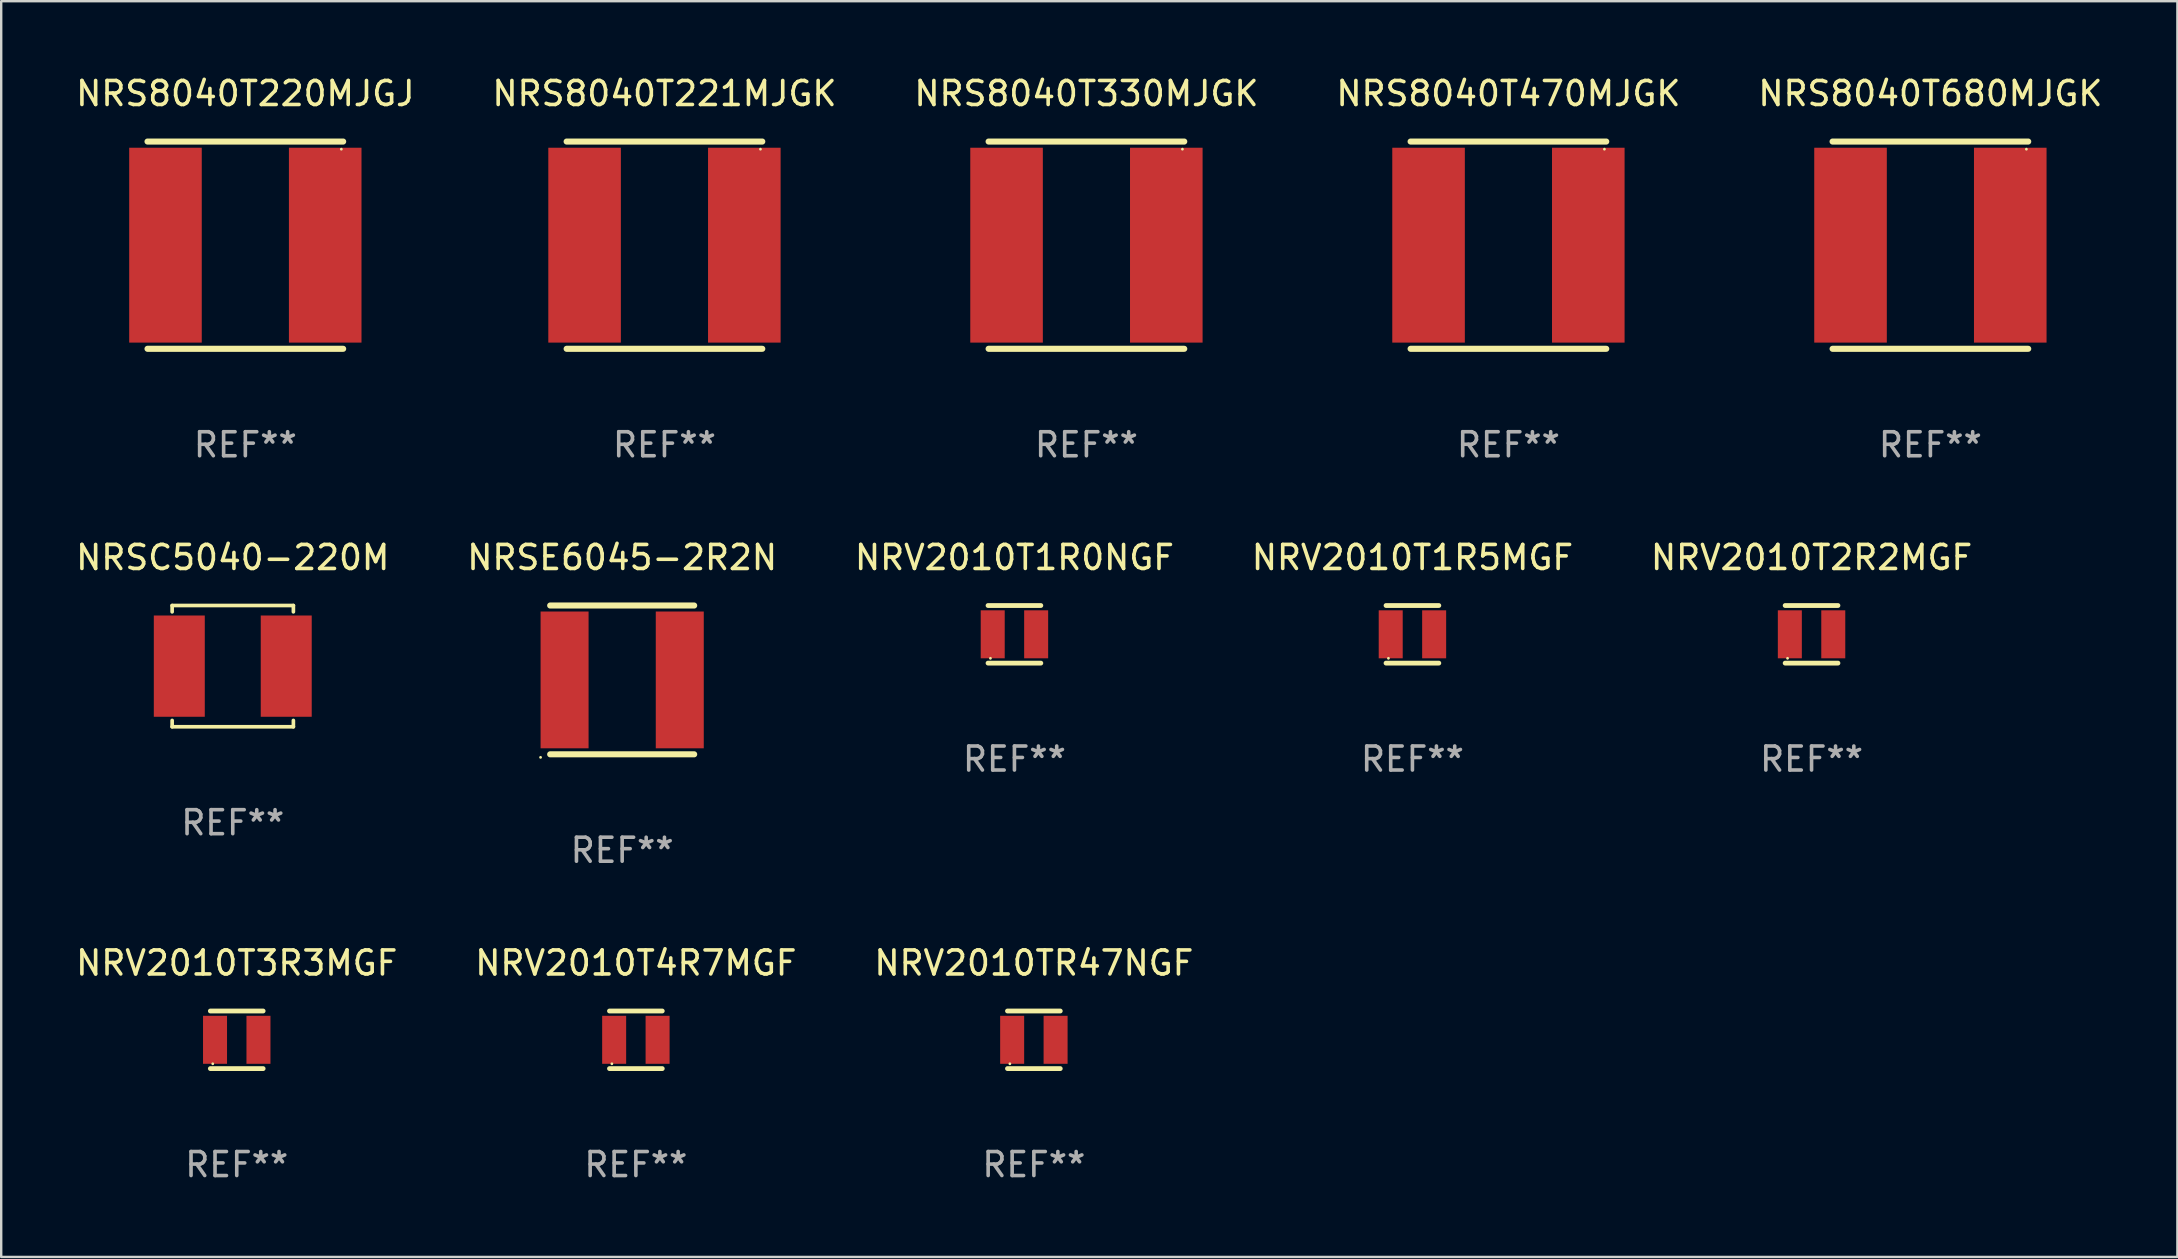
<source format=kicad_pcb>
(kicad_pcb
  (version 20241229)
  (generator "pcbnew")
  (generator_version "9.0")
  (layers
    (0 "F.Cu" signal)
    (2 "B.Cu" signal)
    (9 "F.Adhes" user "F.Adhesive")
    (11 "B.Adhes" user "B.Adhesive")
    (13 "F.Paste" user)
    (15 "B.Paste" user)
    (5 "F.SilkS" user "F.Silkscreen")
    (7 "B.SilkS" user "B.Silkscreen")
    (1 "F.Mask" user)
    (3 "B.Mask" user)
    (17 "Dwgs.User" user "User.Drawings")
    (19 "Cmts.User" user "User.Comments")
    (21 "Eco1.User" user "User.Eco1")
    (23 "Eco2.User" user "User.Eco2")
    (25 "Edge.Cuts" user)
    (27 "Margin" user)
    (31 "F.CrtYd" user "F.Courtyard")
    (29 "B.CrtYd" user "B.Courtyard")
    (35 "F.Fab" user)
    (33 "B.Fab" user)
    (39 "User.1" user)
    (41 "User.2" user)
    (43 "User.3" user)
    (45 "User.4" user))
  (footprint "NRS8040T221MJGK"
    (layer "F.Cu")
    (at 24.637 7.166)
    (property "Reference" "NRS8040T221MJGK" (at 0 -6.318 0) (layer "F.SilkS") (effects (font (size 1 1) (thickness 0.15))))
    (attr through_hole)
    (fp_line (start -4.076 -4.318) (end 4.076 -4.318) (stroke (width 0.254) (type solid)) (layer "F.SilkS"))
    (fp_line (start -4.076 4.318) (end 4.076 4.318) (stroke (width 0.254) (type solid)) (layer "F.SilkS"))
    (fp_circle (center 4 -4) (end 4.03 -4) (stroke (width 0.06) (type solid)) (fill no) (layer "F.SilkS"))
    (fp_text user "REF**" (at 0 8.318 0) (layer "F.Fab") (effects (font (size 1 1) (thickness 0.15))))
    (pad "1" smd rect (at 3.328 0) (size 3.024 8.12) (layers "F.Cu" "F.Mask" "F.Paste"))
    (pad "2" smd rect (at -3.328 0) (size 3.024 8.12) (layers "F.Cu" "F.Mask" "F.Paste")))
  (footprint "NRV2010T3R3MGF"
    (layer "F.Cu")
    (at 6.815 40.277)
    (property "Reference" "NRV2010T3R3MGF" (at 0 -3.2 0) (layer "F.SilkS") (effects (font (size 1 1) (thickness 0.15))))
    (attr through_hole)
    (fp_line (start -1.1 -1.2) (end 1.1 -1.2) (stroke (width 0.2) (type solid)) (layer "F.SilkS"))
    (fp_line (start -1.1 1.2) (end 1.1 1.2) (stroke (width 0.2) (type solid)) (layer "F.SilkS"))
    (fp_circle (center -1 1) (end -0.97 1) (stroke (width 0.06) (type solid)) (fill no) (layer "F.SilkS"))
    (fp_text user "REF**" (at 0 5.2 0) (layer "F.Fab") (effects (font (size 1 1) (thickness 0.15))))
    (pad "1" smd rect (at -0.905 0) (size 1 2) (layers "F.Cu" "F.Mask" "F.Paste"))
    (pad "2" smd rect (at 0.905 0) (size 1 2) (layers "F.Cu" "F.Mask" "F.Paste")))
  (footprint "NRS8040T680MJGK"
    (layer "F.Cu")
    (at 77.387 7.166)
    (property "Reference" "NRS8040T680MJGK" (at 0 -6.318 0) (layer "F.SilkS") (effects (font (size 1 1) (thickness 0.15))))
    (attr through_hole)
    (fp_line (start -4.076 -4.318) (end 4.076 -4.318) (stroke (width 0.254) (type solid)) (layer "F.SilkS"))
    (fp_line (start -4.076 4.318) (end 4.076 4.318) (stroke (width 0.254) (type solid)) (layer "F.SilkS"))
    (fp_circle (center 4 -4) (end 4.03 -4) (stroke (width 0.06) (type solid)) (fill no) (layer "F.SilkS"))
    (fp_text user "REF**" (at 0 8.318 0) (layer "F.Fab") (effects (font (size 1 1) (thickness 0.15))))
    (pad "1" smd rect (at 3.328 0) (size 3.024 8.12) (layers "F.Cu" "F.Mask" "F.Paste"))
    (pad "2" smd rect (at -3.328 0) (size 3.024 8.12) (layers "F.Cu" "F.Mask" "F.Paste")))
  (footprint "NRS8040T470MJGK"
    (layer "F.Cu")
    (at 59.804 7.166)
    (property "Reference" "NRS8040T470MJGK" (at 0 -6.318 0) (layer "F.SilkS") (effects (font (size 1 1) (thickness 0.15))))
    (attr through_hole)
    (fp_line (start -4.076 -4.318) (end 4.076 -4.318) (stroke (width 0.254) (type solid)) (layer "F.SilkS"))
    (fp_line (start -4.076 4.318) (end 4.076 4.318) (stroke (width 0.254) (type solid)) (layer "F.SilkS"))
    (fp_circle (center 4 -4) (end 4.03 -4) (stroke (width 0.06) (type solid)) (fill no) (layer "F.SilkS"))
    (fp_text user "REF**" (at 0 8.318 0) (layer "F.Fab") (effects (font (size 1 1) (thickness 0.15))))
    (pad "1" smd rect (at 3.328 0) (size 3.024 8.12) (layers "F.Cu" "F.Mask" "F.Paste"))
    (pad "2" smd rect (at -3.328 0) (size 3.024 8.12) (layers "F.Cu" "F.Mask" "F.Paste")))
  (footprint "NRSC5040-220M"
    (layer "F.Cu")
    (at 6.649 24.707)
    (property "Reference" "NRSC5040-220M" (at 0 -4.526 0) (layer "F.SilkS") (effects (font (size 1 1) (thickness 0.15))))
    (attr through_hole)
    (fp_line (start -2.526 -2.526) (end 2.526 -2.526) (stroke (width 0.152) (type solid)) (layer "F.SilkS"))
    (fp_line (start -2.526 -2.262) (end -2.526 -2.526) (stroke (width 0.152) (type solid)) (layer "F.SilkS"))
    (fp_line (start -2.526 2.262) (end -2.526 2.526) (stroke (width 0.152) (type solid)) (layer "F.SilkS"))
    (fp_line (start -2.526 2.526) (end 2.526 2.526) (stroke (width 0.152) (type solid)) (layer "F.SilkS"))
    (fp_line (start 2.526 -2.526) (end 2.526 -2.262) (stroke (width 0.152) (type solid)) (layer "F.SilkS"))
    (fp_line (start 2.526 2.526) (end 2.526 2.262) (stroke (width 0.152) (type solid)) (layer "F.SilkS"))
    (fp_circle (center 2.5 -2.5) (end 2.53 -2.5) (stroke (width 0.06) (type solid)) (fill no) (layer "F.SilkS"))
    (fp_text user "REF**" (at 0 6.526 0) (layer "F.Fab") (effects (font (size 1 1) (thickness 0.15))))
    (pad "1" smd rect (at 2.228 0) (size 2.124 4.22) (layers "F.Cu" "F.Mask" "F.Paste"))
    (pad "2" smd rect (at -2.228 0) (size 2.124 4.22) (layers "F.Cu" "F.Mask" "F.Paste")))
  (footprint "NRS8040T330MJGK"
    (layer "F.Cu")
    (at 42.22 7.166)
    (property "Reference" "NRS8040T330MJGK" (at 0 -6.318 0) (layer "F.SilkS") (effects (font (size 1 1) (thickness 0.15))))
    (attr through_hole)
    (fp_line (start -4.076 -4.318) (end 4.076 -4.318) (stroke (width 0.254) (type solid)) (layer "F.SilkS"))
    (fp_line (start -4.076 4.318) (end 4.076 4.318) (stroke (width 0.254) (type solid)) (layer "F.SilkS"))
    (fp_circle (center 4 -4) (end 4.03 -4) (stroke (width 0.06) (type solid)) (fill no) (layer "F.SilkS"))
    (fp_text user "REF**" (at 0 8.318 0) (layer "F.Fab") (effects (font (size 1 1) (thickness 0.15))))
    (pad "1" smd rect (at 3.328 0) (size 3.024 8.12) (layers "F.Cu" "F.Mask" "F.Paste"))
    (pad "2" smd rect (at -3.328 0) (size 3.024 8.12) (layers "F.Cu" "F.Mask" "F.Paste")))
  (footprint "NRV2010T2R2MGF"
    (layer "F.Cu")
    (at 72.435 23.381)
    (property "Reference" "NRV2010T2R2MGF" (at 0 -3.2 0) (layer "F.SilkS") (effects (font (size 1 1) (thickness 0.15))))
    (attr through_hole)
    (fp_line (start -1.1 -1.2) (end 1.1 -1.2) (stroke (width 0.2) (type solid)) (layer "F.SilkS"))
    (fp_line (start -1.1 1.2) (end 1.1 1.2) (stroke (width 0.2) (type solid)) (layer "F.SilkS"))
    (fp_circle (center -1 1) (end -0.97 1) (stroke (width 0.06) (type solid)) (fill no) (layer "F.SilkS"))
    (fp_text user "REF**" (at 0 5.2 0) (layer "F.Fab") (effects (font (size 1 1) (thickness 0.15))))
    (pad "1" smd rect (at -0.905 0) (size 1 2) (layers "F.Cu" "F.Mask" "F.Paste"))
    (pad "2" smd rect (at 0.905 0) (size 1 2) (layers "F.Cu" "F.Mask" "F.Paste")))
  (footprint "NRSE6045-2R2N"
    (layer "F.Cu")
    (at 22.875 25.281)
    (property "Reference" "NRSE6045-2R2N" (at 0 -5.1 0) (layer "F.SilkS") (effects (font (size 1 1) (thickness 0.15))))
    (attr through_hole)
    (fp_line (start -3 -3.1) (end 3 -3.1) (stroke (width 0.254) (type solid)) (layer "F.SilkS"))
    (fp_line (start -3 3.1) (end 3 3.1) (stroke (width 0.254) (type solid)) (layer "F.SilkS"))
    (fp_circle (center -3.4 3.227) (end -3.37 3.227) (stroke (width 0.06) (type solid)) (fill no) (layer "F.SilkS"))
    (fp_text user "REF**" (at 0 7.1 0) (layer "F.Fab") (effects (font (size 1 1) (thickness 0.15))))
    (pad "1" smd rect (at -2.4 0) (size 2 5.7) (layers "F.Cu" "F.Mask" "F.Paste"))
    (pad "2" smd rect (at 2.4 0) (size 2 5.7) (layers "F.Cu" "F.Mask" "F.Paste")))
  (footprint "NRV2010T1R5MGF"
    (layer "F.Cu")
    (at 55.804 23.381)
    (property "Reference" "NRV2010T1R5MGF" (at 0 -3.2 0) (layer "F.SilkS") (effects (font (size 1 1) (thickness 0.15))))
    (attr through_hole)
    (fp_line (start -1.1 -1.2) (end 1.1 -1.2) (stroke (width 0.2) (type solid)) (layer "F.SilkS"))
    (fp_line (start -1.1 1.2) (end 1.1 1.2) (stroke (width 0.2) (type solid)) (layer "F.SilkS"))
    (fp_circle (center -1 1) (end -0.97 1) (stroke (width 0.06) (type solid)) (fill no) (layer "F.SilkS"))
    (fp_text user "REF**" (at 0 5.2 0) (layer "F.Fab") (effects (font (size 1 1) (thickness 0.15))))
    (pad "1" smd rect (at -0.905 0) (size 1 2) (layers "F.Cu" "F.Mask" "F.Paste"))
    (pad "2" smd rect (at 0.905 0) (size 1 2) (layers "F.Cu" "F.Mask" "F.Paste")))
  (footprint "NRS8040T220MJGJ"
    (layer "F.Cu")
    (at 7.173 7.166)
    (property "Reference" "NRS8040T220MJGJ" (at 0 -6.318 0) (layer "F.SilkS") (effects (font (size 1 1) (thickness 0.15))))
    (attr through_hole)
    (fp_line (start -4.076 -4.318) (end 4.076 -4.318) (stroke (width 0.254) (type solid)) (layer "F.SilkS"))
    (fp_line (start -4.076 4.318) (end 4.076 4.318) (stroke (width 0.254) (type solid)) (layer "F.SilkS"))
    (fp_circle (center 4 -4) (end 4.03 -4) (stroke (width 0.06) (type solid)) (fill no) (layer "F.SilkS"))
    (fp_text user "REF**" (at 0 8.318 0) (layer "F.Fab") (effects (font (size 1 1) (thickness 0.15))))
    (pad "1" smd rect (at 3.328 0) (size 3.024 8.12) (layers "F.Cu" "F.Mask" "F.Paste"))
    (pad "2" smd rect (at -3.328 0) (size 3.024 8.12) (layers "F.Cu" "F.Mask" "F.Paste")))
  (footprint "NRV2010T4R7MGF"
    (layer "F.Cu")
    (at 23.446 40.277)
    (property "Reference" "NRV2010T4R7MGF" (at 0 -3.2 0) (layer "F.SilkS") (effects (font (size 1 1) (thickness 0.15))))
    (attr through_hole)
    (fp_line (start -1.1 -1.2) (end 1.1 -1.2) (stroke (width 0.2) (type solid)) (layer "F.SilkS"))
    (fp_line (start -1.1 1.2) (end 1.1 1.2) (stroke (width 0.2) (type solid)) (layer "F.SilkS"))
    (fp_circle (center -1 1) (end -0.97 1) (stroke (width 0.06) (type solid)) (fill no) (layer "F.SilkS"))
    (fp_text user "REF**" (at 0 5.2 0) (layer "F.Fab") (effects (font (size 1 1) (thickness 0.15))))
    (pad "1" smd rect (at -0.905 0) (size 1 2) (layers "F.Cu" "F.Mask" "F.Paste"))
    (pad "2" smd rect (at 0.905 0) (size 1 2) (layers "F.Cu" "F.Mask" "F.Paste")))
  (footprint "NRV2010TR47NGF"
    (layer "F.Cu")
    (at 40.03 40.277)
    (property "Reference" "NRV2010TR47NGF" (at 0 -3.2 0) (layer "F.SilkS") (effects (font (size 1 1) (thickness 0.15))))
    (attr through_hole)
    (fp_line (start -1.1 -1.2) (end 1.1 -1.2) (stroke (width 0.2) (type solid)) (layer "F.SilkS"))
    (fp_line (start -1.1 1.2) (end 1.1 1.2) (stroke (width 0.2) (type solid)) (layer "F.SilkS"))
    (fp_circle (center -1 1) (end -0.97 1) (stroke (width 0.06) (type solid)) (fill no) (layer "F.SilkS"))
    (fp_text user "REF**" (at 0 5.2 0) (layer "F.Fab") (effects (font (size 1 1) (thickness 0.15))))
    (pad "1" smd rect (at -0.905 0) (size 1 2) (layers "F.Cu" "F.Mask" "F.Paste"))
    (pad "2" smd rect (at 0.905 0) (size 1 2) (layers "F.Cu" "F.Mask" "F.Paste")))
  (footprint "NRV2010T1R0NGF"
    (layer "F.Cu")
    (at 39.22 23.381)
    (property "Reference" "NRV2010T1R0NGF" (at 0 -3.2 0) (layer "F.SilkS") (effects (font (size 1 1) (thickness 0.15))))
    (attr through_hole)
    (fp_line (start -1.1 -1.2) (end 1.1 -1.2) (stroke (width 0.2) (type solid)) (layer "F.SilkS"))
    (fp_line (start -1.1 1.2) (end 1.1 1.2) (stroke (width 0.2) (type solid)) (layer "F.SilkS"))
    (fp_circle (center -1 1) (end -0.97 1) (stroke (width 0.06) (type solid)) (fill no) (layer "F.SilkS"))
    (fp_text user "REF**" (at 0 5.2 0) (layer "F.Fab") (effects (font (size 1 1) (thickness 0.15))))
    (pad "1" smd rect (at -0.905 0) (size 1 2) (layers "F.Cu" "F.Mask" "F.Paste"))
    (pad "2" smd rect (at 0.905 0) (size 1 2) (layers "F.Cu" "F.Mask" "F.Paste")))
  (gr_rect
    (start -3 -3)
    (end 87.679 49.326)
    (stroke (width 0.1) (type default))
    (fill no)
    (layer "Edge.Cuts")))
</source>
